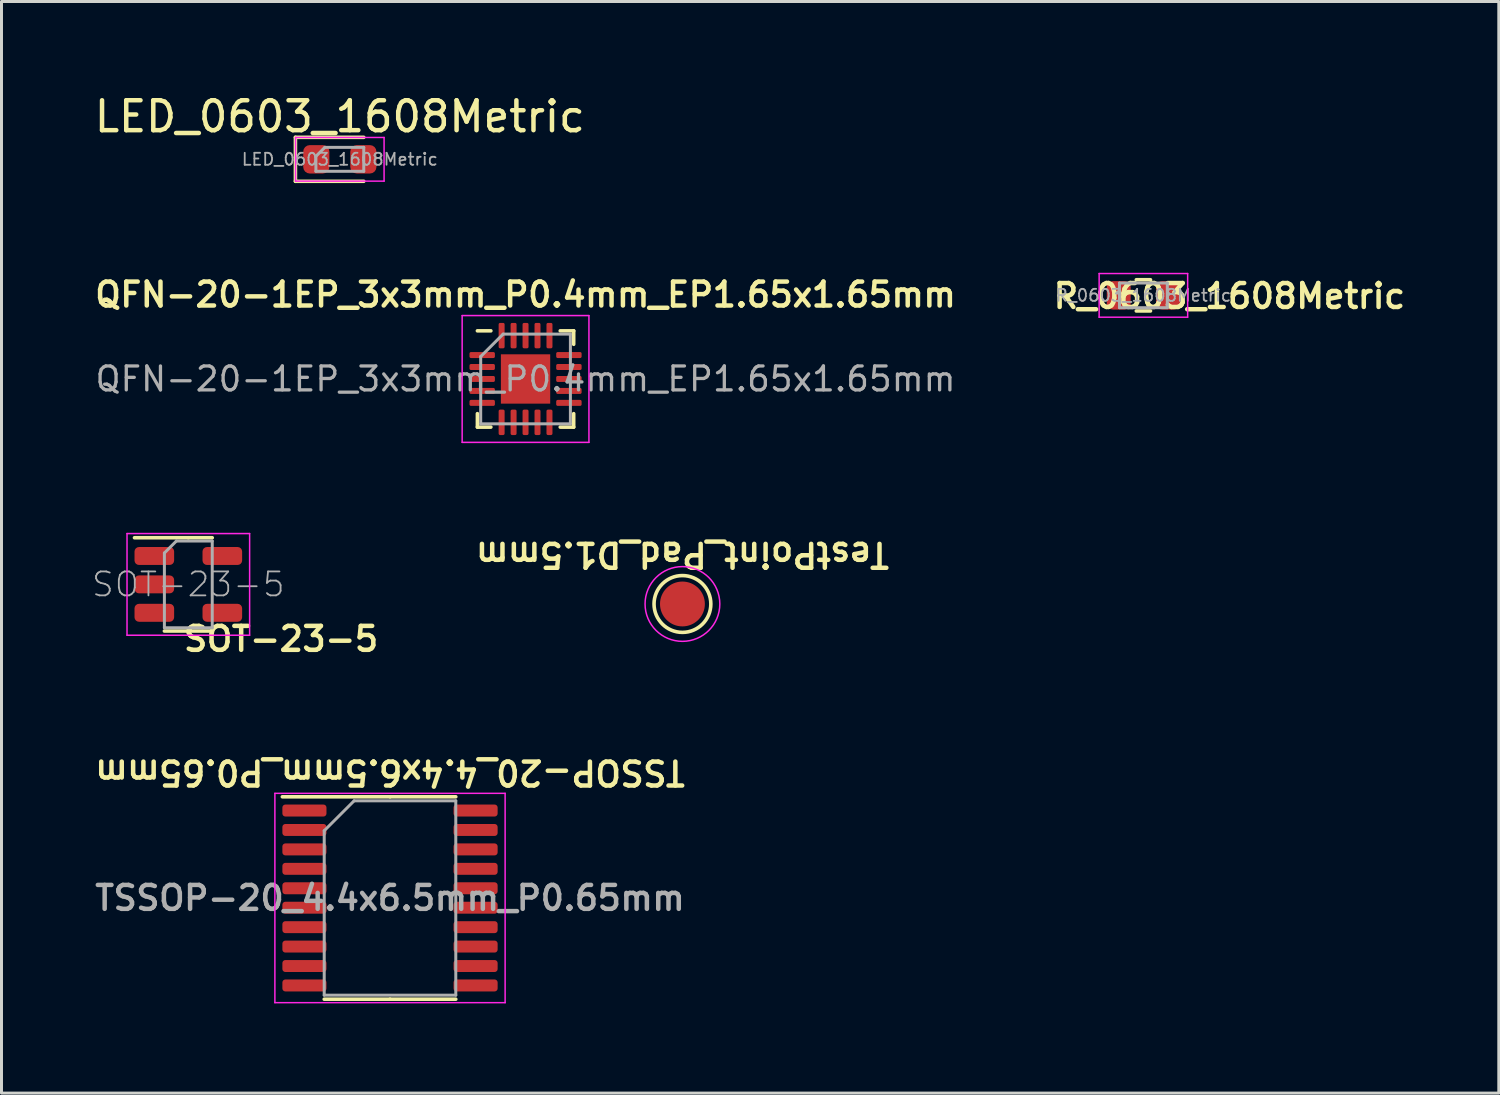
<source format=kicad_pcb>
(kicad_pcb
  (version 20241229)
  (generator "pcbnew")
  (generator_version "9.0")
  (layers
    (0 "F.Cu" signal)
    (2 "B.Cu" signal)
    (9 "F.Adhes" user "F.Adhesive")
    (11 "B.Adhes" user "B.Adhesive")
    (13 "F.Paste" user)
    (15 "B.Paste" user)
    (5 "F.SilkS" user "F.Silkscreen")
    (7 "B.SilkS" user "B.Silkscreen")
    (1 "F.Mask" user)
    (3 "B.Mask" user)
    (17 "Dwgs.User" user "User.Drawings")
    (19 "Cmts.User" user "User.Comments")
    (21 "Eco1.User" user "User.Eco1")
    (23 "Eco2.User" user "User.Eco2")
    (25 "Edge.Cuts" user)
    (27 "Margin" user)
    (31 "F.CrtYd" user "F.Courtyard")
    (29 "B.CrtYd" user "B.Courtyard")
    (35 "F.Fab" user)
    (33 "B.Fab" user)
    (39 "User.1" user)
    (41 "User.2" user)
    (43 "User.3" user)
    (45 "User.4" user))
  (footprint "LED_0603_1608Metric"
    (layer "F.Cu")
    (at 8.315 2.278)
    (property "Reference" "LED_0603_1608Metric" (at 0 -1.43 0) (unlocked yes) (layer "F.SilkS") (effects (font (size 1 1) (thickness 0.15))))
    (attr smd)
    (fp_line (start -1.485 -0.735) (end -1.485 0.735) (stroke (width 0.12) (type solid)) (layer "F.SilkS"))
    (fp_line (start -1.485 0.735) (end 0.8 0.735) (stroke (width 0.12) (type solid)) (layer "F.SilkS"))
    (fp_line (start 0.8 -0.735) (end -1.485 -0.735) (stroke (width 0.12) (type solid)) (layer "F.SilkS"))
    (fp_line (start -1.48 -0.73) (end 1.48 -0.73) (stroke (width 0.05) (type solid)) (layer "F.CrtYd"))
    (fp_line (start -1.48 0.73) (end -1.48 -0.73) (stroke (width 0.05) (type solid)) (layer "F.CrtYd"))
    (fp_line (start 1.48 -0.73) (end 1.48 0.73) (stroke (width 0.05) (type solid)) (layer "F.CrtYd"))
    (fp_line (start 1.48 0.73) (end -1.48 0.73) (stroke (width 0.05) (type solid)) (layer "F.CrtYd"))
    (fp_line (start -0.8 -0.1) (end -0.8 0.4) (stroke (width 0.1) (type solid)) (layer "F.Fab"))
    (fp_line (start -0.8 0.4) (end 0.8 0.4) (stroke (width 0.1) (type solid)) (layer "F.Fab"))
    (fp_line (start -0.5 -0.4) (end -0.8 -0.1) (stroke (width 0.1) (type solid)) (layer "F.Fab"))
    (fp_line (start 0.8 -0.4) (end -0.5 -0.4) (stroke (width 0.1) (type solid)) (layer "F.Fab"))
    (fp_line (start 0.8 0.4) (end 0.8 -0.4) (stroke (width 0.1) (type solid)) (layer "F.Fab"))
    (fp_text user "${REFERENCE}" (at 0 0 180) (layer "F.Fab") (effects (font (size 0.4 0.4) (thickness 0.06))))
    (pad "1" smd roundrect (at -0.787 0 180) (size 0.875 0.95) (layers "F.Cu" "F.Mask" "F.Paste") (roundrect_rratio 0.25))
    (pad "2" smd roundrect (at 0.787 0 180) (size 0.875 0.95) (layers "F.Cu" "F.Mask" "F.Paste") (roundrect_rratio 0.25)))
  (footprint "QFN-20-1EP_3x3mm_P0.4mm_EP1.65x1.65mm"
    (layer "F.Cu")
    (at 14.526 9.624)
    (property "Reference" "QFN-20-1EP_3x3mm_P0.4mm_EP1.65x1.65mm" (at 0 -2.82 180) (layer "F.SilkS") (effects (font (size 0.8 0.8) (thickness 0.15))))
    (attr smd)
    (fp_line (start -1.61 -1.61) (end -1.16 -1.61) (stroke (width 0.12) (type solid)) (layer "F.SilkS"))
    (fp_line (start -1.61 1.16) (end -1.61 1.61) (stroke (width 0.12) (type solid)) (layer "F.SilkS"))
    (fp_line (start -1.61 1.61) (end -1.16 1.61) (stroke (width 0.12) (type solid)) (layer "F.SilkS"))
    (fp_line (start 1.61 -1.61) (end 1.16 -1.61) (stroke (width 0.12) (type solid)) (layer "F.SilkS"))
    (fp_line (start 1.61 -1.16) (end 1.61 -1.61) (stroke (width 0.12) (type solid)) (layer "F.SilkS"))
    (fp_line (start 1.61 1.16) (end 1.61 1.61) (stroke (width 0.12) (type solid)) (layer "F.SilkS"))
    (fp_line (start 1.61 1.61) (end 1.16 1.61) (stroke (width 0.12) (type solid)) (layer "F.SilkS"))
    (fp_line (start -2.12 -2.12) (end 2.12 -2.12) (stroke (width 0.05) (type solid)) (layer "F.CrtYd"))
    (fp_line (start -2.12 2.12) (end -2.12 -2.12) (stroke (width 0.05) (type solid)) (layer "F.CrtYd"))
    (fp_line (start 2.12 -2.12) (end 2.12 2.12) (stroke (width 0.05) (type solid)) (layer "F.CrtYd"))
    (fp_line (start 2.12 2.12) (end -2.12 2.12) (stroke (width 0.05) (type solid)) (layer "F.CrtYd"))
    (fp_line (start -1.5 -0.75) (end -1.5 1.5) (stroke (width 0.1) (type solid)) (layer "F.Fab"))
    (fp_line (start -1.5 1.5) (end 1.5 1.5) (stroke (width 0.1) (type solid)) (layer "F.Fab"))
    (fp_line (start -0.75 -1.5) (end -1.5 -0.75) (stroke (width 0.1) (type solid)) (layer "F.Fab"))
    (fp_line (start 1.5 -1.5) (end -0.75 -1.5) (stroke (width 0.1) (type solid)) (layer "F.Fab"))
    (fp_line (start 1.5 1.5) (end 1.5 -1.5) (stroke (width 0.1) (type solid)) (layer "F.Fab"))
    (fp_text user "${REFERENCE}" (at 0 0 180) (layer "F.Fab") (effects (font (size 0.8 0.8) (thickness 0.11))))
    (pad "" smd roundrect (at -0.41 -0.41 180) (size 0.67 0.67) (layers "F.Paste") (roundrect_rratio 0.25))
    (pad "" smd roundrect (at -0.41 0.41 180) (size 0.67 0.67) (layers "F.Paste") (roundrect_rratio 0.25))
    (pad "" smd roundrect (at 0.41 -0.41 180) (size 0.67 0.67) (layers "F.Paste") (roundrect_rratio 0.25))
    (pad "" smd roundrect (at 0.41 0.41 180) (size 0.67 0.67) (layers "F.Paste") (roundrect_rratio 0.25))
    (pad "1" smd roundrect (at -1.45 -0.8 180) (size 0.85 0.2) (layers "F.Cu" "F.Mask" "F.Paste") (roundrect_rratio 0.25))
    (pad "2" smd roundrect (at -1.45 -0.4 180) (size 0.85 0.2) (layers "F.Cu" "F.Mask" "F.Paste") (roundrect_rratio 0.25))
    (pad "3" smd roundrect (at -1.45 0 180) (size 0.85 0.2) (layers "F.Cu" "F.Mask" "F.Paste") (roundrect_rratio 0.25))
    (pad "4" smd roundrect (at -1.45 0.4 180) (size 0.85 0.2) (layers "F.Cu" "F.Mask" "F.Paste") (roundrect_rratio 0.25))
    (pad "5" smd roundrect (at -1.45 0.8 180) (size 0.85 0.2) (layers "F.Cu" "F.Mask" "F.Paste") (roundrect_rratio 0.25))
    (pad "6" smd roundrect (at -0.8 1.45 180) (size 0.2 0.85) (layers "F.Cu" "F.Mask" "F.Paste") (roundrect_rratio 0.25))
    (pad "7" smd roundrect (at -0.4 1.45 180) (size 0.2 0.85) (layers "F.Cu" "F.Mask" "F.Paste") (roundrect_rratio 0.25))
    (pad "8" smd roundrect (at 0 1.45 180) (size 0.2 0.85) (layers "F.Cu" "F.Mask" "F.Paste") (roundrect_rratio 0.25))
    (pad "9" smd roundrect (at 0.4 1.45 180) (size 0.2 0.85) (layers "F.Cu" "F.Mask" "F.Paste") (roundrect_rratio 0.25))
    (pad "10" smd roundrect (at 0.8 1.45 180) (size 0.2 0.85) (layers "F.Cu" "F.Mask" "F.Paste") (roundrect_rratio 0.25))
    (pad "11" smd roundrect (at 1.45 0.8 180) (size 0.85 0.2) (layers "F.Cu" "F.Mask" "F.Paste") (roundrect_rratio 0.25))
    (pad "12" smd roundrect (at 1.45 0.4 180) (size 0.85 0.2) (layers "F.Cu" "F.Mask" "F.Paste") (roundrect_rratio 0.25))
    (pad "13" smd roundrect (at 1.45 0 180) (size 0.85 0.2) (layers "F.Cu" "F.Mask" "F.Paste") (roundrect_rratio 0.25))
    (pad "14" smd roundrect (at 1.45 -0.4 180) (size 0.85 0.2) (layers "F.Cu" "F.Mask" "F.Paste") (roundrect_rratio 0.25))
    (pad "15" smd roundrect (at 1.45 -0.8 180) (size 0.85 0.2) (layers "F.Cu" "F.Mask" "F.Paste") (roundrect_rratio 0.25))
    (pad "16" smd roundrect (at 0.8 -1.45 180) (size 0.2 0.85) (layers "F.Cu" "F.Mask" "F.Paste") (roundrect_rratio 0.25))
    (pad "17" smd roundrect (at 0.4 -1.45 180) (size 0.2 0.85) (layers "F.Cu" "F.Mask" "F.Paste") (roundrect_rratio 0.25))
    (pad "18" smd roundrect (at 0 -1.45 180) (size 0.2 0.85) (layers "F.Cu" "F.Mask" "F.Paste") (roundrect_rratio 0.25))
    (pad "19" smd roundrect (at -0.4 -1.45 180) (size 0.2 0.85) (layers "F.Cu" "F.Mask" "F.Paste") (roundrect_rratio 0.25))
    (pad "20" smd roundrect (at -0.8 -1.45 180) (size 0.2 0.85) (layers "F.Cu" "F.Mask" "F.Paste") (roundrect_rratio 0.25))
    (pad "21" smd rect (at 0 0 180) (size 1.65 1.65) (layers "F.Cu" "F.Mask")))
  (footprint "TestPoint_Pad_D1.5mm"
    (layer "F.Cu")
    (at 19.773 17.149)
    (property "Reference" "TestPoint_Pad_D1.5mm" (at 0 -1.648 180) (unlocked yes) (layer "F.SilkS") (effects (font (size 0.8 0.8) (thickness 0.15))))
    (attr exclude_from_pos_files)
    (fp_circle (center 0 0) (end 0 0.95) (stroke (width 0.12) (type solid)) (fill no) (layer "F.SilkS"))
    (fp_circle (center 0 0) (end 1.25 0) (stroke (width 0.05) (type solid)) (fill no) (layer "F.CrtYd"))
    (pad "1" smd circle (at 0 0 180) (size 1.5 1.5) (layers "F.Cu" "F.Mask")))
  (footprint "SOT-23-5"
    (layer "F.Cu")
    (at 3.248 16.494)
    (property "Reference" "SOT-23-5" (at 3.101 1.825 180) (layer "F.SilkS") (effects (font (size 0.8 0.8) (thickness 0.15))))
    (attr smd)
    (fp_line (start -1.8 -1.56) (end 0 -1.56) (stroke (width 0.12) (type solid)) (layer "F.SilkS"))
    (fp_line (start -0.8 1.56) (end 0 1.56) (stroke (width 0.12) (type solid)) (layer "F.SilkS"))
    (fp_line (start 0.8 -1.56) (end 0 -1.56) (stroke (width 0.12) (type solid)) (layer "F.SilkS"))
    (fp_line (start 0.8 1.56) (end 0 1.56) (stroke (width 0.12) (type solid)) (layer "F.SilkS"))
    (fp_line (start -2.05 -1.7) (end 2.05 -1.7) (stroke (width 0.05) (type solid)) (layer "F.CrtYd"))
    (fp_line (start -2.05 1.7) (end -2.05 -1.7) (stroke (width 0.05) (type solid)) (layer "F.CrtYd"))
    (fp_line (start 2.05 -1.7) (end 2.05 1.7) (stroke (width 0.05) (type solid)) (layer "F.CrtYd"))
    (fp_line (start 2.05 1.7) (end -2.05 1.7) (stroke (width 0.05) (type solid)) (layer "F.CrtYd"))
    (fp_line (start -0.8 -1.05) (end -0.8 1.45) (stroke (width 0.1) (type solid)) (layer "F.Fab"))
    (fp_line (start -0.8 1.45) (end 0.8 1.45) (stroke (width 0.1) (type solid)) (layer "F.Fab"))
    (fp_line (start -0.4 -1.45) (end -0.8 -1.05) (stroke (width 0.1) (type solid)) (layer "F.Fab"))
    (fp_line (start 0.8 -1.45) (end -0.4 -1.45) (stroke (width 0.1) (type solid)) (layer "F.Fab"))
    (fp_line (start 0.8 1.45) (end 0.8 -1.45) (stroke (width 0.1) (type solid)) (layer "F.Fab"))
    (fp_text user "${REFERENCE}" (at 0 0 180) (layer "F.Fab") (effects (font (size 0.8 0.8) (thickness 0.06))))
    (pad "1" smd roundrect (at -1.137 -0.95 180) (size 1.325 0.6) (layers "F.Cu" "F.Mask" "F.Paste") (roundrect_rratio 0.25))
    (pad "2" smd roundrect (at -1.137 0 180) (size 1.325 0.6) (layers "F.Cu" "F.Mask" "F.Paste") (roundrect_rratio 0.25))
    (pad "3" smd roundrect (at -1.137 0.95 180) (size 1.325 0.6) (layers "F.Cu" "F.Mask" "F.Paste") (roundrect_rratio 0.25))
    (pad "4" smd roundrect (at 1.137 0.95 180) (size 1.325 0.6) (layers "F.Cu" "F.Mask" "F.Paste") (roundrect_rratio 0.25))
    (pad "5" smd roundrect (at 1.137 -0.95 180) (size 1.325 0.6) (layers "F.Cu" "F.Mask" "F.Paste") (roundrect_rratio 0.25)))
  (footprint "TSSOP-20_4.4x6.5mm_P0.65mm"
    (layer "F.Cu")
    (at 9.993 26.982)
    (property "Reference" "TSSOP-20_4.4x6.5mm_P0.65mm" (at 0 -4.2 180) (unlocked yes) (layer "F.SilkS") (effects (font (size 0.8 0.8) (thickness 0.15))))
    (attr smd)
    (fp_line (start 0 -3.385) (end -3.6 -3.385) (stroke (width 0.12) (type solid)) (layer "F.SilkS"))
    (fp_line (start 0 -3.385) (end 2.2 -3.385) (stroke (width 0.12) (type solid)) (layer "F.SilkS"))
    (fp_line (start 0 3.385) (end -2.2 3.385) (stroke (width 0.12) (type solid)) (layer "F.SilkS"))
    (fp_line (start 0 3.385) (end 2.2 3.385) (stroke (width 0.12) (type solid)) (layer "F.SilkS"))
    (fp_line (start -3.85 -3.5) (end -3.85 3.5) (stroke (width 0.05) (type solid)) (layer "F.CrtYd"))
    (fp_line (start -3.85 3.5) (end 3.85 3.5) (stroke (width 0.05) (type solid)) (layer "F.CrtYd"))
    (fp_line (start 3.85 -3.5) (end -3.85 -3.5) (stroke (width 0.05) (type solid)) (layer "F.CrtYd"))
    (fp_line (start 3.85 3.5) (end 3.85 -3.5) (stroke (width 0.05) (type solid)) (layer "F.CrtYd"))
    (fp_line (start -2.2 -2.25) (end -1.2 -3.25) (stroke (width 0.1) (type solid)) (layer "F.Fab"))
    (fp_line (start -2.2 3.25) (end -2.2 -2.25) (stroke (width 0.1) (type solid)) (layer "F.Fab"))
    (fp_line (start -1.2 -3.25) (end 2.2 -3.25) (stroke (width 0.1) (type solid)) (layer "F.Fab"))
    (fp_line (start 2.2 -3.25) (end 2.2 3.25) (stroke (width 0.1) (type solid)) (layer "F.Fab"))
    (fp_line (start 2.2 3.25) (end -2.2 3.25) (stroke (width 0.1) (type solid)) (layer "F.Fab"))
    (fp_text user "${REFERENCE}" (at 0 0 180) (layer "F.Fab") (effects (font (size 0.8 0.8) (thickness 0.15))))
    (pad "1" smd roundrect (at -2.862 -2.925 180) (size 1.475 0.4) (layers "F.Cu" "F.Mask" "F.Paste") (roundrect_rratio 0.25))
    (pad "2" smd roundrect (at -2.862 -2.275 180) (size 1.475 0.4) (layers "F.Cu" "F.Mask" "F.Paste") (roundrect_rratio 0.25))
    (pad "3" smd roundrect (at -2.862 -1.625 180) (size 1.475 0.4) (layers "F.Cu" "F.Mask" "F.Paste") (roundrect_rratio 0.25))
    (pad "4" smd roundrect (at -2.862 -0.975 180) (size 1.475 0.4) (layers "F.Cu" "F.Mask" "F.Paste") (roundrect_rratio 0.25))
    (pad "5" smd roundrect (at -2.862 -0.325 180) (size 1.475 0.4) (layers "F.Cu" "F.Mask" "F.Paste") (roundrect_rratio 0.25))
    (pad "6" smd roundrect (at -2.862 0.325 180) (size 1.475 0.4) (layers "F.Cu" "F.Mask" "F.Paste") (roundrect_rratio 0.25))
    (pad "7" smd roundrect (at -2.862 0.975 180) (size 1.475 0.4) (layers "F.Cu" "F.Mask" "F.Paste") (roundrect_rratio 0.25))
    (pad "8" smd roundrect (at -2.862 1.625 180) (size 1.475 0.4) (layers "F.Cu" "F.Mask" "F.Paste") (roundrect_rratio 0.25))
    (pad "9" smd roundrect (at -2.862 2.275 180) (size 1.475 0.4) (layers "F.Cu" "F.Mask" "F.Paste") (roundrect_rratio 0.25))
    (pad "10" smd roundrect (at -2.862 2.925 180) (size 1.475 0.4) (layers "F.Cu" "F.Mask" "F.Paste") (roundrect_rratio 0.25))
    (pad "11" smd roundrect (at 2.862 2.925 180) (size 1.475 0.4) (layers "F.Cu" "F.Mask" "F.Paste") (roundrect_rratio 0.25))
    (pad "12" smd roundrect (at 2.862 2.275 180) (size 1.475 0.4) (layers "F.Cu" "F.Mask" "F.Paste") (roundrect_rratio 0.25))
    (pad "13" smd roundrect (at 2.862 1.625 180) (size 1.475 0.4) (layers "F.Cu" "F.Mask" "F.Paste") (roundrect_rratio 0.25))
    (pad "14" smd roundrect (at 2.862 0.975 180) (size 1.475 0.4) (layers "F.Cu" "F.Mask" "F.Paste") (roundrect_rratio 0.25))
    (pad "15" smd roundrect (at 2.862 0.325 180) (size 1.475 0.4) (layers "F.Cu" "F.Mask" "F.Paste") (roundrect_rratio 0.25))
    (pad "16" smd roundrect (at 2.862 -0.325 180) (size 1.475 0.4) (layers "F.Cu" "F.Mask" "F.Paste") (roundrect_rratio 0.25))
    (pad "17" smd roundrect (at 2.862 -0.975 180) (size 1.475 0.4) (layers "F.Cu" "F.Mask" "F.Paste") (roundrect_rratio 0.25))
    (pad "18" smd roundrect (at 2.862 -1.625 180) (size 1.475 0.4) (layers "F.Cu" "F.Mask" "F.Paste") (roundrect_rratio 0.25))
    (pad "19" smd roundrect (at 2.862 -2.275 180) (size 1.475 0.4) (layers "F.Cu" "F.Mask" "F.Paste") (roundrect_rratio 0.25))
    (pad "20" smd roundrect (at 2.862 -2.925 180) (size 1.475 0.4) (layers "F.Cu" "F.Mask" "F.Paste") (roundrect_rratio 0.25)))
  (footprint "R_0603_1608Metric"
    (layer "F.Cu")
    (at 35.189 6.828)
    (property "Reference" "R_0603_1608Metric" (at 2.875 0.025 0) (unlocked yes) (layer "F.SilkS") (effects (font (size 0.8 0.8) (thickness 0.15))))
    (attr smd)
    (fp_line (start -0.237 -0.522) (end 0.237 -0.522) (stroke (width 0.12) (type solid)) (layer "F.SilkS"))
    (fp_line (start -0.237 0.522) (end 0.237 0.522) (stroke (width 0.12) (type solid)) (layer "F.SilkS"))
    (fp_line (start -1.48 -0.73) (end 1.48 -0.73) (stroke (width 0.05) (type solid)) (layer "F.CrtYd"))
    (fp_line (start -1.48 0.73) (end -1.48 -0.73) (stroke (width 0.05) (type solid)) (layer "F.CrtYd"))
    (fp_line (start 1.48 -0.73) (end 1.48 0.73) (stroke (width 0.05) (type solid)) (layer "F.CrtYd"))
    (fp_line (start 1.48 0.73) (end -1.48 0.73) (stroke (width 0.05) (type solid)) (layer "F.CrtYd"))
    (fp_line (start -0.8 -0.412) (end 0.8 -0.412) (stroke (width 0.1) (type solid)) (layer "F.Fab"))
    (fp_line (start -0.8 0.412) (end -0.8 -0.412) (stroke (width 0.1) (type solid)) (layer "F.Fab"))
    (fp_line (start 0.8 -0.412) (end 0.8 0.412) (stroke (width 0.1) (type solid)) (layer "F.Fab"))
    (fp_line (start 0.8 0.412) (end -0.8 0.412) (stroke (width 0.1) (type solid)) (layer "F.Fab"))
    (fp_text user "${REFERENCE}" (at 0 0 180) (layer "F.Fab") (effects (font (size 0.4 0.4) (thickness 0.06))))
    (pad "1" smd roundrect (at -0.825 0 180) (size 0.8 0.95) (layers "F.Cu" "F.Mask" "F.Paste") (roundrect_rratio 0.25))
    (pad "2" smd roundrect (at 0.825 0 180) (size 0.8 0.95) (layers "F.Cu" "F.Mask" "F.Paste") (roundrect_rratio 0.25)))
  (gr_rect
    (start -3 -3)
    (end 47.075 33.507)
    (stroke (width 0.1) (type default))
    (fill no)
    (layer "Edge.Cuts")))
</source>
